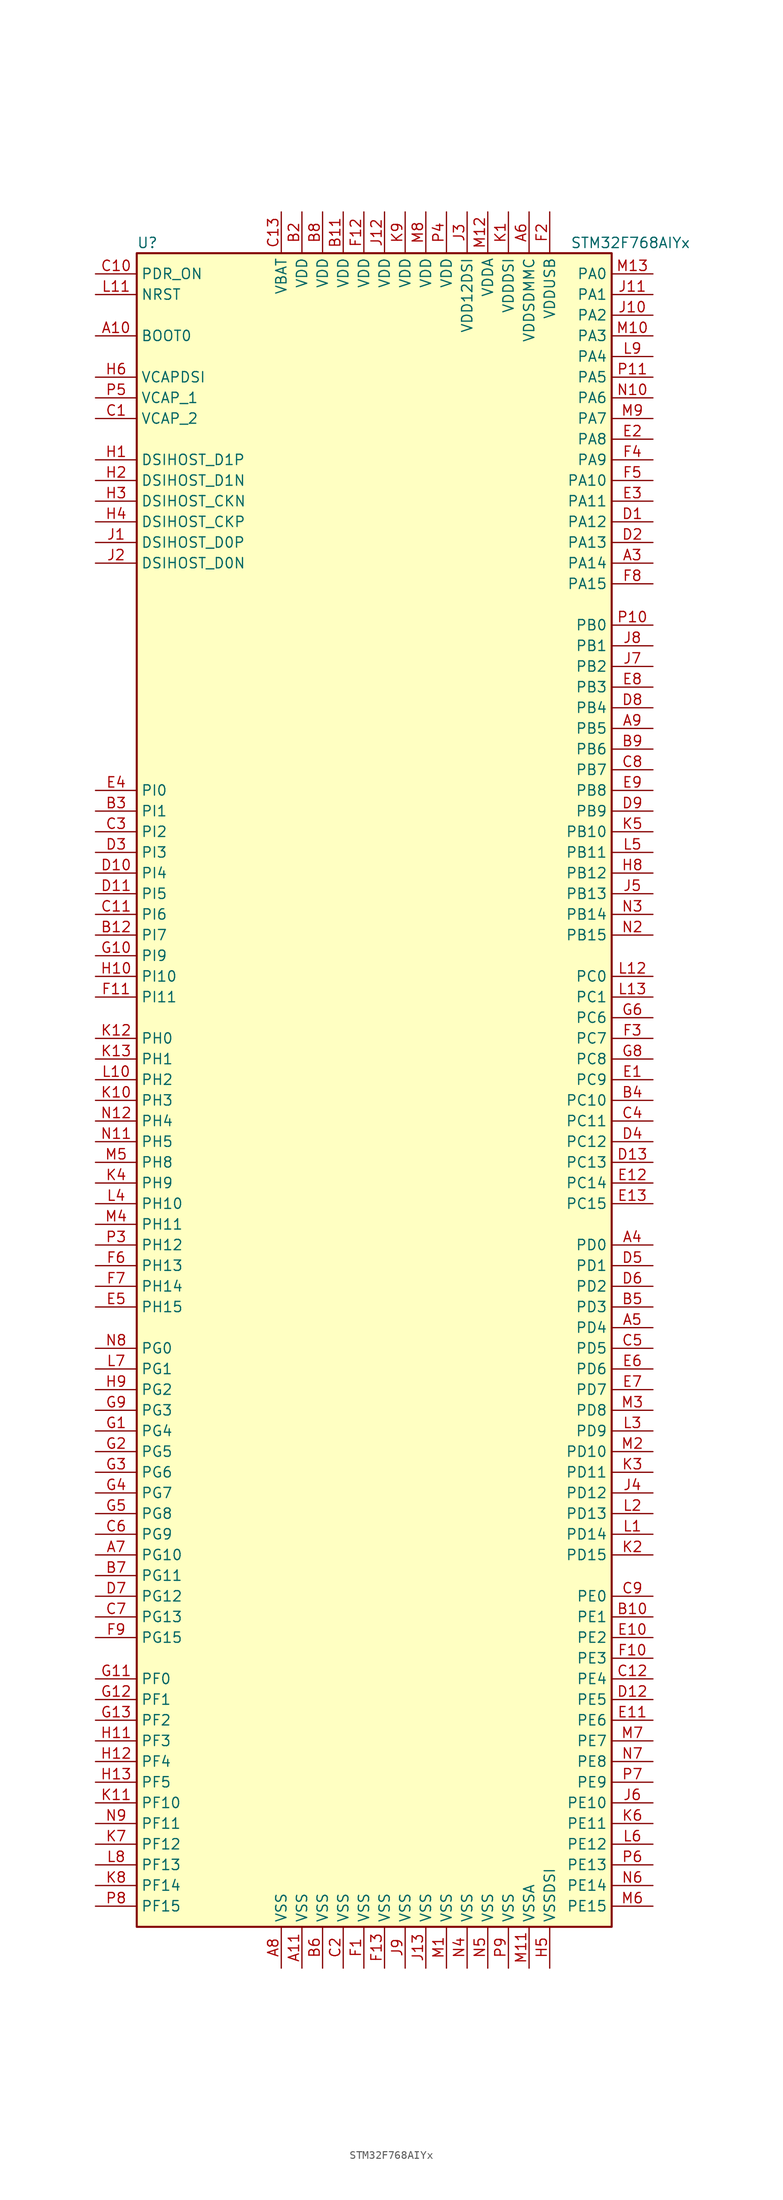
<source format=kicad_sym>
(kicad_symbol_lib
  (version 20220914)
  (generator kicad_symbol_editor)
  (symbol "STM32F768AIYx"
    (property "Reference" "U"
      (at -30.48 102.87 0)
      (effects (font (size 1.27 1.27)) (justify left)))
    (property "Value" "STM32F768AIYx"
      (at 22.86 102.87 0)
      (effects (font (size 1.27 1.27)) (justify left)))
    (symbol "STM32F768AIYx_0_1"
      (rectangle (start -30.48 -104.14) (end 27.94 101.6) (stroke (width 0.254) (type default)) (fill (type background))))
    (symbol "STM32F768AIYx_1_1"
      (pin no_connect line (at -30.48 -101.6 0) (length 5.08) hide (name "NC" (effects (font (size 1.27 1.27)))) (number "A1" (effects (font (size 1.27 1.27)))))
      (pin input line (at -35.56 91.44 0) (length 5.08) (name "BOOT0" (effects (font (size 1.27 1.27)))) (number "A10" (effects (font (size 1.27 1.27)))))
      (pin power_in line (at -10.16 -109.22 90) (length 5.08) (name "VSS" (effects (font (size 1.27 1.27)))) (number "A11" (effects (font (size 1.27 1.27)))))
      (pin no_connect line (at -30.48 -96.52 0) (length 5.08) hide (name "NC" (effects (font (size 1.27 1.27)))) (number "A12" (effects (font (size 1.27 1.27)))))
      (pin no_connect line (at -30.48 -93.98 0) (length 5.08) hide (name "NC" (effects (font (size 1.27 1.27)))) (number "A13" (effects (font (size 1.27 1.27)))))
      (pin no_connect line (at -30.48 -99.06 0) (length 5.08) hide (name "NC" (effects (font (size 1.27 1.27)))) (number "A2" (effects (font (size 1.27 1.27)))))
      (pin bidirectional line (at 33.02 63.5 180) (length 5.08) (name "PA14" (effects (font (size 1.27 1.27)))) (number "A3" (effects (font (size 1.27 1.27)))))
      (pin bidirectional line (at 33.02 -20.32 180) (length 5.08) (name "PD0" (effects (font (size 1.27 1.27)))) (number "A4" (effects (font (size 1.27 1.27)))))
      (pin bidirectional line (at 33.02 -30.48 180) (length 5.08) (name "PD4" (effects (font (size 1.27 1.27)))) (number "A5" (effects (font (size 1.27 1.27)))))
      (pin power_in line (at 17.78 106.68 270) (length 5.08) (name "VDDSDMMC" (effects (font (size 1.27 1.27)))) (number "A6" (effects (font (size 1.27 1.27)))))
      (pin bidirectional line (at -35.56 -58.42 0) (length 5.08) (name "PG10" (effects (font (size 1.27 1.27)))) (number "A7" (effects (font (size 1.27 1.27)))))
      (pin power_in line (at -12.7 -109.22 90) (length 5.08) (name "VSS" (effects (font (size 1.27 1.27)))) (number "A8" (effects (font (size 1.27 1.27)))))
      (pin bidirectional line (at 33.02 43.18 180) (length 5.08) (name "PB5" (effects (font (size 1.27 1.27)))) (number "A9" (effects (font (size 1.27 1.27)))))
      (pin no_connect line (at -30.48 -91.44 0) (length 5.08) hide (name "NC" (effects (font (size 1.27 1.27)))) (number "B1" (effects (font (size 1.27 1.27)))))
      (pin bidirectional line (at 33.02 -66.04 180) (length 5.08) (name "PE1" (effects (font (size 1.27 1.27)))) (number "B10" (effects (font (size 1.27 1.27)))))
      (pin power_in line (at -5.08 106.68 270) (length 5.08) (name "VDD" (effects (font (size 1.27 1.27)))) (number "B11" (effects (font (size 1.27 1.27)))))
      (pin bidirectional line (at -35.56 17.78 0) (length 5.08) (name "PI7" (effects (font (size 1.27 1.27)))) (number "B12" (effects (font (size 1.27 1.27)))))
      (pin no_connect line (at -30.48 -88.9 0) (length 5.08) hide (name "NC" (effects (font (size 1.27 1.27)))) (number "B13" (effects (font (size 1.27 1.27)))))
      (pin power_in line (at -10.16 106.68 270) (length 5.08) (name "VDD" (effects (font (size 1.27 1.27)))) (number "B2" (effects (font (size 1.27 1.27)))))
      (pin bidirectional line (at -35.56 33.02 0) (length 5.08) (name "PI1" (effects (font (size 1.27 1.27)))) (number "B3" (effects (font (size 1.27 1.27)))))
      (pin bidirectional line (at 33.02 -2.54 180) (length 5.08) (name "PC10" (effects (font (size 1.27 1.27)))) (number "B4" (effects (font (size 1.27 1.27)))))
      (pin bidirectional line (at 33.02 -27.94 180) (length 5.08) (name "PD3" (effects (font (size 1.27 1.27)))) (number "B5" (effects (font (size 1.27 1.27)))))
      (pin power_in line (at -7.62 -109.22 90) (length 5.08) (name "VSS" (effects (font (size 1.27 1.27)))) (number "B6" (effects (font (size 1.27 1.27)))))
      (pin bidirectional line (at -35.56 -60.96 0) (length 5.08) (name "PG11" (effects (font (size 1.27 1.27)))) (number "B7" (effects (font (size 1.27 1.27)))))
      (pin power_in line (at -7.62 106.68 270) (length 5.08) (name "VDD" (effects (font (size 1.27 1.27)))) (number "B8" (effects (font (size 1.27 1.27)))))
      (pin bidirectional line (at 33.02 40.64 180) (length 5.08) (name "PB6" (effects (font (size 1.27 1.27)))) (number "B9" (effects (font (size 1.27 1.27)))))
      (pin power_in line (at -35.56 81.28 0) (length 5.08) (name "VCAP_2" (effects (font (size 1.27 1.27)))) (number "C1" (effects (font (size 1.27 1.27)))))
      (pin input line (at -35.56 99.06 0) (length 5.08) (name "PDR_ON" (effects (font (size 1.27 1.27)))) (number "C10" (effects (font (size 1.27 1.27)))))
      (pin bidirectional line (at -35.56 20.32 0) (length 5.08) (name "PI6" (effects (font (size 1.27 1.27)))) (number "C11" (effects (font (size 1.27 1.27)))))
      (pin bidirectional line (at 33.02 -73.66 180) (length 5.08) (name "PE4" (effects (font (size 1.27 1.27)))) (number "C12" (effects (font (size 1.27 1.27)))))
      (pin power_in line (at -12.7 106.68 270) (length 5.08) (name "VBAT" (effects (font (size 1.27 1.27)))) (number "C13" (effects (font (size 1.27 1.27)))))
      (pin power_in line (at -5.08 -109.22 90) (length 5.08) (name "VSS" (effects (font (size 1.27 1.27)))) (number "C2" (effects (font (size 1.27 1.27)))))
      (pin bidirectional line (at -35.56 30.48 0) (length 5.08) (name "PI2" (effects (font (size 1.27 1.27)))) (number "C3" (effects (font (size 1.27 1.27)))))
      (pin bidirectional line (at 33.02 -5.08 180) (length 5.08) (name "PC11" (effects (font (size 1.27 1.27)))) (number "C4" (effects (font (size 1.27 1.27)))))
      (pin bidirectional line (at 33.02 -33.02 180) (length 5.08) (name "PD5" (effects (font (size 1.27 1.27)))) (number "C5" (effects (font (size 1.27 1.27)))))
      (pin bidirectional line (at -35.56 -55.88 0) (length 5.08) (name "PG9" (effects (font (size 1.27 1.27)))) (number "C6" (effects (font (size 1.27 1.27)))))
      (pin bidirectional line (at -35.56 -66.04 0) (length 5.08) (name "PG13" (effects (font (size 1.27 1.27)))) (number "C7" (effects (font (size 1.27 1.27)))))
      (pin bidirectional line (at 33.02 38.1 180) (length 5.08) (name "PB7" (effects (font (size 1.27 1.27)))) (number "C8" (effects (font (size 1.27 1.27)))))
      (pin bidirectional line (at 33.02 -63.5 180) (length 5.08) (name "PE0" (effects (font (size 1.27 1.27)))) (number "C9" (effects (font (size 1.27 1.27)))))
      (pin bidirectional line (at 33.02 68.58 180) (length 5.08) (name "PA12" (effects (font (size 1.27 1.27)))) (number "D1" (effects (font (size 1.27 1.27)))))
      (pin bidirectional line (at -35.56 25.4 0) (length 5.08) (name "PI4" (effects (font (size 1.27 1.27)))) (number "D10" (effects (font (size 1.27 1.27)))))
      (pin bidirectional line (at -35.56 22.86 0) (length 5.08) (name "PI5" (effects (font (size 1.27 1.27)))) (number "D11" (effects (font (size 1.27 1.27)))))
      (pin bidirectional line (at 33.02 -76.2 180) (length 5.08) (name "PE5" (effects (font (size 1.27 1.27)))) (number "D12" (effects (font (size 1.27 1.27)))))
      (pin bidirectional line (at 33.02 -10.16 180) (length 5.08) (name "PC13" (effects (font (size 1.27 1.27)))) (number "D13" (effects (font (size 1.27 1.27)))))
      (pin bidirectional line (at 33.02 66.04 180) (length 5.08) (name "PA13" (effects (font (size 1.27 1.27)))) (number "D2" (effects (font (size 1.27 1.27)))))
      (pin bidirectional line (at -35.56 27.94 0) (length 5.08) (name "PI3" (effects (font (size 1.27 1.27)))) (number "D3" (effects (font (size 1.27 1.27)))))
      (pin bidirectional line (at 33.02 -7.62 180) (length 5.08) (name "PC12" (effects (font (size 1.27 1.27)))) (number "D4" (effects (font (size 1.27 1.27)))))
      (pin bidirectional line (at 33.02 -22.86 180) (length 5.08) (name "PD1" (effects (font (size 1.27 1.27)))) (number "D5" (effects (font (size 1.27 1.27)))))
      (pin bidirectional line (at 33.02 -25.4 180) (length 5.08) (name "PD2" (effects (font (size 1.27 1.27)))) (number "D6" (effects (font (size 1.27 1.27)))))
      (pin bidirectional line (at -35.56 -63.5 0) (length 5.08) (name "PG12" (effects (font (size 1.27 1.27)))) (number "D7" (effects (font (size 1.27 1.27)))))
      (pin bidirectional line (at 33.02 45.72 180) (length 5.08) (name "PB4" (effects (font (size 1.27 1.27)))) (number "D8" (effects (font (size 1.27 1.27)))))
      (pin bidirectional line (at 33.02 33.02 180) (length 5.08) (name "PB9" (effects (font (size 1.27 1.27)))) (number "D9" (effects (font (size 1.27 1.27)))))
      (pin bidirectional line (at 33.02 0 180) (length 5.08) (name "PC9" (effects (font (size 1.27 1.27)))) (number "E1" (effects (font (size 1.27 1.27)))))
      (pin bidirectional line (at 33.02 -68.58 180) (length 5.08) (name "PE2" (effects (font (size 1.27 1.27)))) (number "E10" (effects (font (size 1.27 1.27)))))
      (pin bidirectional line (at 33.02 -78.74 180) (length 5.08) (name "PE6" (effects (font (size 1.27 1.27)))) (number "E11" (effects (font (size 1.27 1.27)))))
      (pin bidirectional line (at 33.02 -12.7 180) (length 5.08) (name "PC14" (effects (font (size 1.27 1.27)))) (number "E12" (effects (font (size 1.27 1.27)))))
      (pin bidirectional line (at 33.02 -15.24 180) (length 5.08) (name "PC15" (effects (font (size 1.27 1.27)))) (number "E13" (effects (font (size 1.27 1.27)))))
      (pin bidirectional line (at 33.02 78.74 180) (length 5.08) (name "PA8" (effects (font (size 1.27 1.27)))) (number "E2" (effects (font (size 1.27 1.27)))))
      (pin bidirectional line (at 33.02 71.12 180) (length 5.08) (name "PA11" (effects (font (size 1.27 1.27)))) (number "E3" (effects (font (size 1.27 1.27)))))
      (pin bidirectional line (at -35.56 35.56 0) (length 5.08) (name "PI0" (effects (font (size 1.27 1.27)))) (number "E4" (effects (font (size 1.27 1.27)))))
      (pin bidirectional line (at -35.56 -27.94 0) (length 5.08) (name "PH15" (effects (font (size 1.27 1.27)))) (number "E5" (effects (font (size 1.27 1.27)))))
      (pin bidirectional line (at 33.02 -35.56 180) (length 5.08) (name "PD6" (effects (font (size 1.27 1.27)))) (number "E6" (effects (font (size 1.27 1.27)))))
      (pin bidirectional line (at 33.02 -38.1 180) (length 5.08) (name "PD7" (effects (font (size 1.27 1.27)))) (number "E7" (effects (font (size 1.27 1.27)))))
      (pin bidirectional line (at 33.02 48.26 180) (length 5.08) (name "PB3" (effects (font (size 1.27 1.27)))) (number "E8" (effects (font (size 1.27 1.27)))))
      (pin bidirectional line (at 33.02 35.56 180) (length 5.08) (name "PB8" (effects (font (size 1.27 1.27)))) (number "E9" (effects (font (size 1.27 1.27)))))
      (pin power_in line (at -2.54 -109.22 90) (length 5.08) (name "VSS" (effects (font (size 1.27 1.27)))) (number "F1" (effects (font (size 1.27 1.27)))))
      (pin bidirectional line (at 33.02 -71.12 180) (length 5.08) (name "PE3" (effects (font (size 1.27 1.27)))) (number "F10" (effects (font (size 1.27 1.27)))))
      (pin bidirectional line (at -35.56 10.16 0) (length 5.08) (name "PI11" (effects (font (size 1.27 1.27)))) (number "F11" (effects (font (size 1.27 1.27)))))
      (pin power_in line (at -2.54 106.68 270) (length 5.08) (name "VDD" (effects (font (size 1.27 1.27)))) (number "F12" (effects (font (size 1.27 1.27)))))
      (pin power_in line (at 0 -109.22 90) (length 5.08) (name "VSS" (effects (font (size 1.27 1.27)))) (number "F13" (effects (font (size 1.27 1.27)))))
      (pin power_in line (at 20.32 106.68 270) (length 5.08) (name "VDDUSB" (effects (font (size 1.27 1.27)))) (number "F2" (effects (font (size 1.27 1.27)))))
      (pin bidirectional line (at 33.02 5.08 180) (length 5.08) (name "PC7" (effects (font (size 1.27 1.27)))) (number "F3" (effects (font (size 1.27 1.27)))))
      (pin bidirectional line (at 33.02 76.2 180) (length 5.08) (name "PA9" (effects (font (size 1.27 1.27)))) (number "F4" (effects (font (size 1.27 1.27)))))
      (pin bidirectional line (at 33.02 73.66 180) (length 5.08) (name "PA10" (effects (font (size 1.27 1.27)))) (number "F5" (effects (font (size 1.27 1.27)))))
      (pin bidirectional line (at -35.56 -22.86 0) (length 5.08) (name "PH13" (effects (font (size 1.27 1.27)))) (number "F6" (effects (font (size 1.27 1.27)))))
      (pin bidirectional line (at -35.56 -25.4 0) (length 5.08) (name "PH14" (effects (font (size 1.27 1.27)))) (number "F7" (effects (font (size 1.27 1.27)))))
      (pin bidirectional line (at 33.02 60.96 180) (length 5.08) (name "PA15" (effects (font (size 1.27 1.27)))) (number "F8" (effects (font (size 1.27 1.27)))))
      (pin bidirectional line (at -35.56 -68.58 0) (length 5.08) (name "PG15" (effects (font (size 1.27 1.27)))) (number "F9" (effects (font (size 1.27 1.27)))))
      (pin bidirectional line (at -35.56 -43.18 0) (length 5.08) (name "PG4" (effects (font (size 1.27 1.27)))) (number "G1" (effects (font (size 1.27 1.27)))))
      (pin bidirectional line (at -35.56 15.24 0) (length 5.08) (name "PI9" (effects (font (size 1.27 1.27)))) (number "G10" (effects (font (size 1.27 1.27)))))
      (pin bidirectional line (at -35.56 -73.66 0) (length 5.08) (name "PF0" (effects (font (size 1.27 1.27)))) (number "G11" (effects (font (size 1.27 1.27)))))
      (pin bidirectional line (at -35.56 -76.2 0) (length 5.08) (name "PF1" (effects (font (size 1.27 1.27)))) (number "G12" (effects (font (size 1.27 1.27)))))
      (pin bidirectional line (at -35.56 -78.74 0) (length 5.08) (name "PF2" (effects (font (size 1.27 1.27)))) (number "G13" (effects (font (size 1.27 1.27)))))
      (pin bidirectional line (at -35.56 -45.72 0) (length 5.08) (name "PG5" (effects (font (size 1.27 1.27)))) (number "G2" (effects (font (size 1.27 1.27)))))
      (pin bidirectional line (at -35.56 -48.26 0) (length 5.08) (name "PG6" (effects (font (size 1.27 1.27)))) (number "G3" (effects (font (size 1.27 1.27)))))
      (pin bidirectional line (at -35.56 -50.8 0) (length 5.08) (name "PG7" (effects (font (size 1.27 1.27)))) (number "G4" (effects (font (size 1.27 1.27)))))
      (pin bidirectional line (at -35.56 -53.34 0) (length 5.08) (name "PG8" (effects (font (size 1.27 1.27)))) (number "G5" (effects (font (size 1.27 1.27)))))
      (pin bidirectional line (at 33.02 7.62 180) (length 5.08) (name "PC6" (effects (font (size 1.27 1.27)))) (number "G6" (effects (font (size 1.27 1.27)))))
      (pin bidirectional line (at 33.02 2.54 180) (length 5.08) (name "PC8" (effects (font (size 1.27 1.27)))) (number "G8" (effects (font (size 1.27 1.27)))))
      (pin bidirectional line (at -35.56 -40.64 0) (length 5.08) (name "PG3" (effects (font (size 1.27 1.27)))) (number "G9" (effects (font (size 1.27 1.27)))))
      (pin bidirectional line (at -35.56 76.2 0) (length 5.08) (name "DSIHOST_D1P" (effects (font (size 1.27 1.27)))) (number "H1" (effects (font (size 1.27 1.27)))))
      (pin bidirectional line (at -35.56 12.7 0) (length 5.08) (name "PI10" (effects (font (size 1.27 1.27)))) (number "H10" (effects (font (size 1.27 1.27)))))
      (pin bidirectional line (at -35.56 -81.28 0) (length 5.08) (name "PF3" (effects (font (size 1.27 1.27)))) (number "H11" (effects (font (size 1.27 1.27)))))
      (pin bidirectional line (at -35.56 -83.82 0) (length 5.08) (name "PF4" (effects (font (size 1.27 1.27)))) (number "H12" (effects (font (size 1.27 1.27)))))
      (pin bidirectional line (at -35.56 -86.36 0) (length 5.08) (name "PF5" (effects (font (size 1.27 1.27)))) (number "H13" (effects (font (size 1.27 1.27)))))
      (pin bidirectional line (at -35.56 73.66 0) (length 5.08) (name "DSIHOST_D1N" (effects (font (size 1.27 1.27)))) (number "H2" (effects (font (size 1.27 1.27)))))
      (pin bidirectional line (at -35.56 71.12 0) (length 5.08) (name "DSIHOST_CKN" (effects (font (size 1.27 1.27)))) (number "H3" (effects (font (size 1.27 1.27)))))
      (pin bidirectional line (at -35.56 68.58 0) (length 5.08) (name "DSIHOST_CKP" (effects (font (size 1.27 1.27)))) (number "H4" (effects (font (size 1.27 1.27)))))
      (pin power_in line (at 20.32 -109.22 90) (length 5.08) (name "VSSDSI" (effects (font (size 1.27 1.27)))) (number "H5" (effects (font (size 1.27 1.27)))))
      (pin power_in line (at -35.56 86.36 0) (length 5.08) (name "VCAPDSI" (effects (font (size 1.27 1.27)))) (number "H6" (effects (font (size 1.27 1.27)))))
      (pin bidirectional line (at 33.02 25.4 180) (length 5.08) (name "PB12" (effects (font (size 1.27 1.27)))) (number "H8" (effects (font (size 1.27 1.27)))))
      (pin bidirectional line (at -35.56 -38.1 0) (length 5.08) (name "PG2" (effects (font (size 1.27 1.27)))) (number "H9" (effects (font (size 1.27 1.27)))))
      (pin bidirectional line (at -35.56 66.04 0) (length 5.08) (name "DSIHOST_D0P" (effects (font (size 1.27 1.27)))) (number "J1" (effects (font (size 1.27 1.27)))))
      (pin bidirectional line (at 33.02 93.98 180) (length 5.08) (name "PA2" (effects (font (size 1.27 1.27)))) (number "J10" (effects (font (size 1.27 1.27)))))
      (pin bidirectional line (at 33.02 96.52 180) (length 5.08) (name "PA1" (effects (font (size 1.27 1.27)))) (number "J11" (effects (font (size 1.27 1.27)))))
      (pin power_in line (at 0 106.68 270) (length 5.08) (name "VDD" (effects (font (size 1.27 1.27)))) (number "J12" (effects (font (size 1.27 1.27)))))
      (pin power_in line (at 5.08 -109.22 90) (length 5.08) (name "VSS" (effects (font (size 1.27 1.27)))) (number "J13" (effects (font (size 1.27 1.27)))))
      (pin bidirectional line (at -35.56 63.5 0) (length 5.08) (name "DSIHOST_D0N" (effects (font (size 1.27 1.27)))) (number "J2" (effects (font (size 1.27 1.27)))))
      (pin power_in line (at 10.16 106.68 270) (length 5.08) (name "VDD12DSI" (effects (font (size 1.27 1.27)))) (number "J3" (effects (font (size 1.27 1.27)))))
      (pin bidirectional line (at 33.02 -50.8 180) (length 5.08) (name "PD12" (effects (font (size 1.27 1.27)))) (number "J4" (effects (font (size 1.27 1.27)))))
      (pin bidirectional line (at 33.02 22.86 180) (length 5.08) (name "PB13" (effects (font (size 1.27 1.27)))) (number "J5" (effects (font (size 1.27 1.27)))))
      (pin bidirectional line (at 33.02 -88.9 180) (length 5.08) (name "PE10" (effects (font (size 1.27 1.27)))) (number "J6" (effects (font (size 1.27 1.27)))))
      (pin bidirectional line (at 33.02 50.8 180) (length 5.08) (name "PB2" (effects (font (size 1.27 1.27)))) (number "J7" (effects (font (size 1.27 1.27)))))
      (pin bidirectional line (at 33.02 53.34 180) (length 5.08) (name "PB1" (effects (font (size 1.27 1.27)))) (number "J8" (effects (font (size 1.27 1.27)))))
      (pin power_in line (at 2.54 -109.22 90) (length 5.08) (name "VSS" (effects (font (size 1.27 1.27)))) (number "J9" (effects (font (size 1.27 1.27)))))
      (pin power_in line (at 15.24 106.68 270) (length 5.08) (name "VDDDSI" (effects (font (size 1.27 1.27)))) (number "K1" (effects (font (size 1.27 1.27)))))
      (pin bidirectional line (at -35.56 -2.54 0) (length 5.08) (name "PH3" (effects (font (size 1.27 1.27)))) (number "K10" (effects (font (size 1.27 1.27)))))
      (pin bidirectional line (at -35.56 -88.9 0) (length 5.08) (name "PF10" (effects (font (size 1.27 1.27)))) (number "K11" (effects (font (size 1.27 1.27)))))
      (pin input line (at -35.56 5.08 0) (length 5.08) (name "PH0" (effects (font (size 1.27 1.27)))) (number "K12" (effects (font (size 1.27 1.27)))))
      (pin input line (at -35.56 2.54 0) (length 5.08) (name "PH1" (effects (font (size 1.27 1.27)))) (number "K13" (effects (font (size 1.27 1.27)))))
      (pin bidirectional line (at 33.02 -58.42 180) (length 5.08) (name "PD15" (effects (font (size 1.27 1.27)))) (number "K2" (effects (font (size 1.27 1.27)))))
      (pin bidirectional line (at 33.02 -48.26 180) (length 5.08) (name "PD11" (effects (font (size 1.27 1.27)))) (number "K3" (effects (font (size 1.27 1.27)))))
      (pin bidirectional line (at -35.56 -12.7 0) (length 5.08) (name "PH9" (effects (font (size 1.27 1.27)))) (number "K4" (effects (font (size 1.27 1.27)))))
      (pin bidirectional line (at 33.02 30.48 180) (length 5.08) (name "PB10" (effects (font (size 1.27 1.27)))) (number "K5" (effects (font (size 1.27 1.27)))))
      (pin bidirectional line (at 33.02 -91.44 180) (length 5.08) (name "PE11" (effects (font (size 1.27 1.27)))) (number "K6" (effects (font (size 1.27 1.27)))))
      (pin bidirectional line (at -35.56 -93.98 0) (length 5.08) (name "PF12" (effects (font (size 1.27 1.27)))) (number "K7" (effects (font (size 1.27 1.27)))))
      (pin bidirectional line (at -35.56 -99.06 0) (length 5.08) (name "PF14" (effects (font (size 1.27 1.27)))) (number "K8" (effects (font (size 1.27 1.27)))))
      (pin power_in line (at 2.54 106.68 270) (length 5.08) (name "VDD" (effects (font (size 1.27 1.27)))) (number "K9" (effects (font (size 1.27 1.27)))))
      (pin bidirectional line (at 33.02 -55.88 180) (length 5.08) (name "PD14" (effects (font (size 1.27 1.27)))) (number "L1" (effects (font (size 1.27 1.27)))))
      (pin bidirectional line (at -35.56 0 0) (length 5.08) (name "PH2" (effects (font (size 1.27 1.27)))) (number "L10" (effects (font (size 1.27 1.27)))))
      (pin input line (at -35.56 96.52 0) (length 5.08) (name "NRST" (effects (font (size 1.27 1.27)))) (number "L11" (effects (font (size 1.27 1.27)))))
      (pin bidirectional line (at 33.02 12.7 180) (length 5.08) (name "PC0" (effects (font (size 1.27 1.27)))) (number "L12" (effects (font (size 1.27 1.27)))))
      (pin bidirectional line (at 33.02 10.16 180) (length 5.08) (name "PC1" (effects (font (size 1.27 1.27)))) (number "L13" (effects (font (size 1.27 1.27)))))
      (pin bidirectional line (at 33.02 -53.34 180) (length 5.08) (name "PD13" (effects (font (size 1.27 1.27)))) (number "L2" (effects (font (size 1.27 1.27)))))
      (pin bidirectional line (at 33.02 -43.18 180) (length 5.08) (name "PD9" (effects (font (size 1.27 1.27)))) (number "L3" (effects (font (size 1.27 1.27)))))
      (pin bidirectional line (at -35.56 -15.24 0) (length 5.08) (name "PH10" (effects (font (size 1.27 1.27)))) (number "L4" (effects (font (size 1.27 1.27)))))
      (pin bidirectional line (at 33.02 27.94 180) (length 5.08) (name "PB11" (effects (font (size 1.27 1.27)))) (number "L5" (effects (font (size 1.27 1.27)))))
      (pin bidirectional line (at 33.02 -93.98 180) (length 5.08) (name "PE12" (effects (font (size 1.27 1.27)))) (number "L6" (effects (font (size 1.27 1.27)))))
      (pin bidirectional line (at -35.56 -35.56 0) (length 5.08) (name "PG1" (effects (font (size 1.27 1.27)))) (number "L7" (effects (font (size 1.27 1.27)))))
      (pin bidirectional line (at -35.56 -96.52 0) (length 5.08) (name "PF13" (effects (font (size 1.27 1.27)))) (number "L8" (effects (font (size 1.27 1.27)))))
      (pin bidirectional line (at 33.02 88.9 180) (length 5.08) (name "PA4" (effects (font (size 1.27 1.27)))) (number "L9" (effects (font (size 1.27 1.27)))))
      (pin power_in line (at 7.62 -109.22 90) (length 5.08) (name "VSS" (effects (font (size 1.27 1.27)))) (number "M1" (effects (font (size 1.27 1.27)))))
      (pin bidirectional line (at 33.02 91.44 180) (length 5.08) (name "PA3" (effects (font (size 1.27 1.27)))) (number "M10" (effects (font (size 1.27 1.27)))))
      (pin power_in line (at 17.78 -109.22 90) (length 5.08) (name "VSSA" (effects (font (size 1.27 1.27)))) (number "M11" (effects (font (size 1.27 1.27)))))
      (pin power_in line (at 12.7 106.68 270) (length 5.08) (name "VDDA" (effects (font (size 1.27 1.27)))) (number "M12" (effects (font (size 1.27 1.27)))))
      (pin bidirectional line (at 33.02 99.06 180) (length 5.08) (name "PA0" (effects (font (size 1.27 1.27)))) (number "M13" (effects (font (size 1.27 1.27)))))
      (pin bidirectional line (at 33.02 -45.72 180) (length 5.08) (name "PD10" (effects (font (size 1.27 1.27)))) (number "M2" (effects (font (size 1.27 1.27)))))
      (pin bidirectional line (at 33.02 -40.64 180) (length 5.08) (name "PD8" (effects (font (size 1.27 1.27)))) (number "M3" (effects (font (size 1.27 1.27)))))
      (pin bidirectional line (at -35.56 -17.78 0) (length 5.08) (name "PH11" (effects (font (size 1.27 1.27)))) (number "M4" (effects (font (size 1.27 1.27)))))
      (pin bidirectional line (at -35.56 -10.16 0) (length 5.08) (name "PH8" (effects (font (size 1.27 1.27)))) (number "M5" (effects (font (size 1.27 1.27)))))
      (pin bidirectional line (at 33.02 -101.6 180) (length 5.08) (name "PE15" (effects (font (size 1.27 1.27)))) (number "M6" (effects (font (size 1.27 1.27)))))
      (pin bidirectional line (at 33.02 -81.28 180) (length 5.08) (name "PE7" (effects (font (size 1.27 1.27)))) (number "M7" (effects (font (size 1.27 1.27)))))
      (pin power_in line (at 5.08 106.68 270) (length 5.08) (name "VDD" (effects (font (size 1.27 1.27)))) (number "M8" (effects (font (size 1.27 1.27)))))
      (pin bidirectional line (at 33.02 81.28 180) (length 5.08) (name "PA7" (effects (font (size 1.27 1.27)))) (number "M9" (effects (font (size 1.27 1.27)))))
      (pin no_connect line (at -30.48 -86.36 0) (length 5.08) hide (name "NC" (effects (font (size 1.27 1.27)))) (number "N1" (effects (font (size 1.27 1.27)))))
      (pin bidirectional line (at 33.02 83.82 180) (length 5.08) (name "PA6" (effects (font (size 1.27 1.27)))) (number "N10" (effects (font (size 1.27 1.27)))))
      (pin bidirectional line (at -35.56 -7.62 0) (length 5.08) (name "PH5" (effects (font (size 1.27 1.27)))) (number "N11" (effects (font (size 1.27 1.27)))))
      (pin bidirectional line (at -35.56 -5.08 0) (length 5.08) (name "PH4" (effects (font (size 1.27 1.27)))) (number "N12" (effects (font (size 1.27 1.27)))))
      (pin no_connect line (at -30.48 -83.82 0) (length 5.08) hide (name "NC" (effects (font (size 1.27 1.27)))) (number "N13" (effects (font (size 1.27 1.27)))))
      (pin bidirectional line (at 33.02 17.78 180) (length 5.08) (name "PB15" (effects (font (size 1.27 1.27)))) (number "N2" (effects (font (size 1.27 1.27)))))
      (pin bidirectional line (at 33.02 20.32 180) (length 5.08) (name "PB14" (effects (font (size 1.27 1.27)))) (number "N3" (effects (font (size 1.27 1.27)))))
      (pin power_in line (at 10.16 -109.22 90) (length 5.08) (name "VSS" (effects (font (size 1.27 1.27)))) (number "N4" (effects (font (size 1.27 1.27)))))
      (pin power_in line (at 12.7 -109.22 90) (length 5.08) (name "VSS" (effects (font (size 1.27 1.27)))) (number "N5" (effects (font (size 1.27 1.27)))))
      (pin bidirectional line (at 33.02 -99.06 180) (length 5.08) (name "PE14" (effects (font (size 1.27 1.27)))) (number "N6" (effects (font (size 1.27 1.27)))))
      (pin bidirectional line (at 33.02 -83.82 180) (length 5.08) (name "PE8" (effects (font (size 1.27 1.27)))) (number "N7" (effects (font (size 1.27 1.27)))))
      (pin bidirectional line (at -35.56 -33.02 0) (length 5.08) (name "PG0" (effects (font (size 1.27 1.27)))) (number "N8" (effects (font (size 1.27 1.27)))))
      (pin bidirectional line (at -35.56 -91.44 0) (length 5.08) (name "PF11" (effects (font (size 1.27 1.27)))) (number "N9" (effects (font (size 1.27 1.27)))))
      (pin no_connect line (at -30.48 -81.28 0) (length 5.08) hide (name "NC" (effects (font (size 1.27 1.27)))) (number "P1" (effects (font (size 1.27 1.27)))))
      (pin bidirectional line (at 33.02 55.88 180) (length 5.08) (name "PB0" (effects (font (size 1.27 1.27)))) (number "P10" (effects (font (size 1.27 1.27)))))
      (pin bidirectional line (at 33.02 86.36 180) (length 5.08) (name "PA5" (effects (font (size 1.27 1.27)))) (number "P11" (effects (font (size 1.27 1.27)))))
      (pin no_connect line (at -30.48 -76.2 0) (length 5.08) hide (name "NC" (effects (font (size 1.27 1.27)))) (number "P12" (effects (font (size 1.27 1.27)))))
      (pin no_connect line (at -30.48 -73.66 0) (length 5.08) hide (name "NC" (effects (font (size 1.27 1.27)))) (number "P13" (effects (font (size 1.27 1.27)))))
      (pin no_connect line (at -30.48 -78.74 0) (length 5.08) hide (name "NC" (effects (font (size 1.27 1.27)))) (number "P2" (effects (font (size 1.27 1.27)))))
      (pin bidirectional line (at -35.56 -20.32 0) (length 5.08) (name "PH12" (effects (font (size 1.27 1.27)))) (number "P3" (effects (font (size 1.27 1.27)))))
      (pin power_in line (at 7.62 106.68 270) (length 5.08) (name "VDD" (effects (font (size 1.27 1.27)))) (number "P4" (effects (font (size 1.27 1.27)))))
      (pin power_in line (at -35.56 83.82 0) (length 5.08) (name "VCAP_1" (effects (font (size 1.27 1.27)))) (number "P5" (effects (font (size 1.27 1.27)))))
      (pin bidirectional line (at 33.02 -96.52 180) (length 5.08) (name "PE13" (effects (font (size 1.27 1.27)))) (number "P6" (effects (font (size 1.27 1.27)))))
      (pin bidirectional line (at 33.02 -86.36 180) (length 5.08) (name "PE9" (effects (font (size 1.27 1.27)))) (number "P7" (effects (font (size 1.27 1.27)))))
      (pin bidirectional line (at -35.56 -101.6 0) (length 5.08) (name "PF15" (effects (font (size 1.27 1.27)))) (number "P8" (effects (font (size 1.27 1.27)))))
      (pin power_in line (at 15.24 -109.22 90) (length 5.08) (name "VSS" (effects (font (size 1.27 1.27)))) (number "P9" (effects (font (size 1.27 1.27))))))))
</source>
